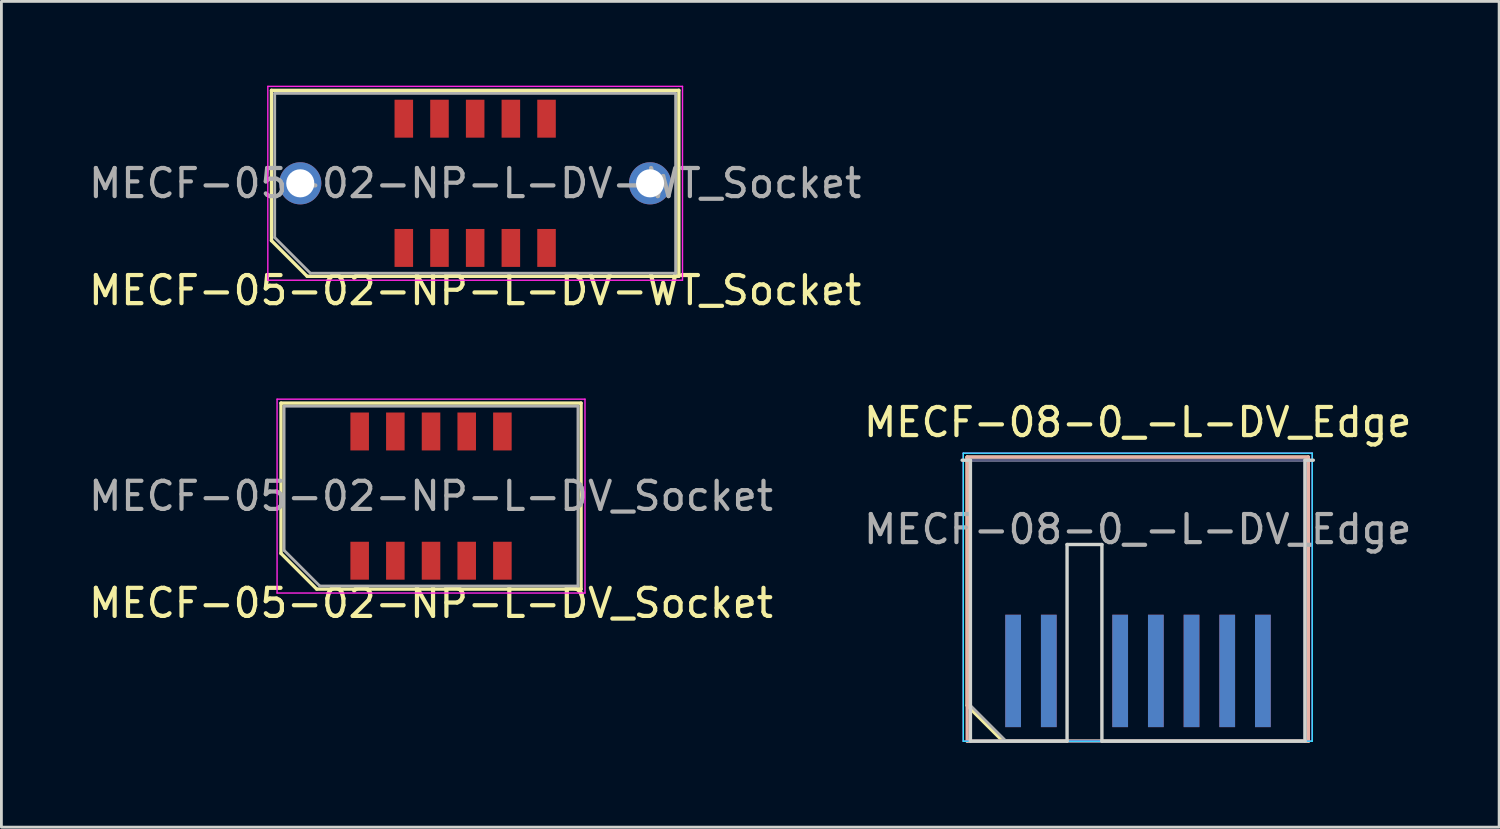
<source format=kicad_pcb>
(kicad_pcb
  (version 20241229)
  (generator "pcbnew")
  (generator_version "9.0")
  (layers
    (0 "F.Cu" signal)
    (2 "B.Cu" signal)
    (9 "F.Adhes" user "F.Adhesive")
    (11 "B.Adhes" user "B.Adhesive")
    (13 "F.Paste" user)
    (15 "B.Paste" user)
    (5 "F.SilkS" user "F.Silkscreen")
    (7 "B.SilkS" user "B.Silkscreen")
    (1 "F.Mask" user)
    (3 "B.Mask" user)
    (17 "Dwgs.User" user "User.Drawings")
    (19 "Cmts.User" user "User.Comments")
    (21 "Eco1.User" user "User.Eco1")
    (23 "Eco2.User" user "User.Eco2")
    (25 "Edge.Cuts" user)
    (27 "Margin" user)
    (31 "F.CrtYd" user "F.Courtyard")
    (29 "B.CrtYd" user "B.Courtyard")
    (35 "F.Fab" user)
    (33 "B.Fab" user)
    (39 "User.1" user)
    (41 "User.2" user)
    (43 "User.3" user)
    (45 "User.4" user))
  (footprint "MECF-05-02-NP-L-DV_Socket"
    (layer "F.Cu")
    (at 12.292 14.608)
    (property "Reference" "MECF-05-02-NP-L-DV_Socket" (at 0 3.81 0) (layer "F.SilkS") (effects (font (size 1 1) (thickness 0.15))))
    (attr smd)
    (fp_line (start -5.34 -3.31) (end 5.34 -3.31) (stroke (width 0.12) (type solid)) (layer "F.SilkS"))
    (fp_line (start -5.34 2.04) (end -5.34 -3.31) (stroke (width 0.12) (type solid)) (layer "F.SilkS"))
    (fp_line (start -4.07 3.31) (end -5.34 2.04) (stroke (width 0.12) (type solid)) (layer "F.SilkS"))
    (fp_line (start -4.07 3.31) (end 5.34 3.31) (stroke (width 0.12) (type solid)) (layer "F.SilkS"))
    (fp_line (start 5.34 3.31) (end 5.34 -3.31) (stroke (width 0.12) (type solid)) (layer "F.SilkS"))
    (fp_line (start -5.48 -3.45) (end -5.48 3.45) (stroke (width 0.05) (type solid)) (layer "F.CrtYd"))
    (fp_line (start -5.48 3.45) (end 5.48 3.45) (stroke (width 0.05) (type solid)) (layer "F.CrtYd"))
    (fp_line (start 5.48 -3.45) (end -5.48 -3.45) (stroke (width 0.05) (type solid)) (layer "F.CrtYd"))
    (fp_line (start 5.48 3.45) (end 5.48 -3.45) (stroke (width 0.05) (type solid)) (layer "F.CrtYd"))
    (fp_line (start -5.23 -3.2) (end 5.23 -3.2) (stroke (width 0.1) (type solid)) (layer "F.Fab"))
    (fp_line (start -5.23 1.93) (end -5.23 -3.2) (stroke (width 0.1) (type solid)) (layer "F.Fab"))
    (fp_line (start -5.23 1.93) (end -3.96 3.2) (stroke (width 0.1) (type solid)) (layer "F.Fab"))
    (fp_line (start -3.96 3.2) (end 5.23 3.2) (stroke (width 0.1) (type solid)) (layer "F.Fab"))
    (fp_line (start 5.23 3.2) (end 5.23 -3.2) (stroke (width 0.1) (type solid)) (layer "F.Fab"))
    (fp_text user "${REFERENCE}" (at 0 0 0) (layer "F.Fab") (effects (font (size 1 1) (thickness 0.15))))
    (pad "" np_thru_hole circle (at -4.32 0) (size 0.001 0.001) (drill 1.45) (layers "*.Cu" "*.Mask"))
    (pad "" np_thru_hole circle (at 4.32 1) (size 0.001 0.001) (drill 1.45) (layers "*.Cu" "*.Mask"))
    (pad "1" smd rect (at -2.54 2.3) (size 0.66 1.35) (layers "F.Cu" "F.Mask" "F.Paste"))
    (pad "2" smd rect (at -2.54 -2.3) (size 0.66 1.35) (layers "F.Cu" "F.Mask" "F.Paste"))
    (pad "3" smd rect (at -1.27 2.3) (size 0.66 1.35) (layers "F.Cu" "F.Mask" "F.Paste"))
    (pad "4" smd rect (at -1.27 -2.3) (size 0.66 1.35) (layers "F.Cu" "F.Mask" "F.Paste"))
    (pad "5" smd rect (at 0 2.3) (size 0.66 1.35) (layers "F.Cu" "F.Mask" "F.Paste"))
    (pad "6" smd rect (at 0 -2.3) (size 0.66 1.35) (layers "F.Cu" "F.Mask" "F.Paste"))
    (pad "7" smd rect (at 1.27 2.3) (size 0.66 1.35) (layers "F.Cu" "F.Mask" "F.Paste"))
    (pad "8" smd rect (at 1.27 -2.3) (size 0.66 1.35) (layers "F.Cu" "F.Mask" "F.Paste"))
    (pad "9" smd rect (at 2.54 2.3) (size 0.66 1.35) (layers "F.Cu" "F.Mask" "F.Paste"))
    (pad "10" smd rect (at 2.54 -2.3) (size 0.66 1.35) (layers "F.Cu" "F.Mask" "F.Paste")))
  (footprint "MECF-05-02-NP-L-DV-WT_Socket"
    (layer "F.Cu")
    (at 13.863 3.475)
    (property "Reference" "MECF-05-02-NP-L-DV-WT_Socket" (at 0 3.81 0) (layer "F.SilkS") (effects (font (size 1 1) (thickness 0.15))))
    (attr smd)
    (fp_line (start -7.25 -3.31) (end 7.25 -3.31) (stroke (width 0.12) (type solid)) (layer "F.SilkS"))
    (fp_line (start -7.25 2.04) (end -7.25 -3.31) (stroke (width 0.12) (type solid)) (layer "F.SilkS"))
    (fp_line (start -5.98 3.31) (end -7.25 2.04) (stroke (width 0.12) (type solid)) (layer "F.SilkS"))
    (fp_line (start -5.98 3.31) (end 7.25 3.31) (stroke (width 0.12) (type solid)) (layer "F.SilkS"))
    (fp_line (start 7.25 3.31) (end 7.25 -3.31) (stroke (width 0.12) (type solid)) (layer "F.SilkS"))
    (fp_line (start -7.38 -3.45) (end -7.38 3.45) (stroke (width 0.05) (type solid)) (layer "F.CrtYd"))
    (fp_line (start -7.38 3.45) (end 7.38 3.45) (stroke (width 0.05) (type solid)) (layer "F.CrtYd"))
    (fp_line (start 7.38 -3.45) (end -7.38 -3.45) (stroke (width 0.05) (type solid)) (layer "F.CrtYd"))
    (fp_line (start 7.38 3.45) (end 7.38 -3.45) (stroke (width 0.05) (type solid)) (layer "F.CrtYd"))
    (fp_line (start -7.135 -3.2) (end 7.135 -3.2) (stroke (width 0.1) (type solid)) (layer "F.Fab"))
    (fp_line (start -7.135 1.93) (end -7.135 -3.2) (stroke (width 0.1) (type solid)) (layer "F.Fab"))
    (fp_line (start -7.135 1.93) (end -5.865 3.2) (stroke (width 0.1) (type solid)) (layer "F.Fab"))
    (fp_line (start -5.865 3.2) (end 7.135 3.2) (stroke (width 0.1) (type solid)) (layer "F.Fab"))
    (fp_line (start 7.135 3.2) (end 7.135 -3.2) (stroke (width 0.1) (type solid)) (layer "F.Fab"))
    (fp_text user "${REFERENCE}" (at 0 0 0) (layer "F.Fab") (effects (font (size 1 1) (thickness 0.15))))
    (pad "" thru_hole circle (at -6.225 0) (size 1.5 1.5) (drill 1) (layers "*.Cu" "*.Mask"))
    (pad "" np_thru_hole circle (at -4.32 0) (size 0.001 0.001) (drill 1.45) (layers "*.Cu" "*.Mask"))
    (pad "" np_thru_hole circle (at 4.32 1) (size 0.001 0.001) (drill 1.45) (layers "*.Cu" "*.Mask"))
    (pad "" thru_hole circle (at 6.225 0) (size 1.5 1.5) (drill 1) (layers "*.Cu" "*.Mask"))
    (pad "1" smd rect (at -2.54 2.3) (size 0.66 1.35) (layers "F.Cu" "F.Mask" "F.Paste"))
    (pad "2" smd rect (at -2.54 -2.3) (size 0.66 1.35) (layers "F.Cu" "F.Mask" "F.Paste"))
    (pad "3" smd rect (at -1.27 2.3) (size 0.66 1.35) (layers "F.Cu" "F.Mask" "F.Paste"))
    (pad "4" smd rect (at -1.27 -2.3) (size 0.66 1.35) (layers "F.Cu" "F.Mask" "F.Paste"))
    (pad "5" smd rect (at 0 2.3) (size 0.66 1.35) (layers "F.Cu" "F.Mask" "F.Paste"))
    (pad "6" smd rect (at 0 -2.3) (size 0.66 1.35) (layers "F.Cu" "F.Mask" "F.Paste"))
    (pad "7" smd rect (at 1.27 2.3) (size 0.66 1.35) (layers "F.Cu" "F.Mask" "F.Paste"))
    (pad "8" smd rect (at 1.27 -2.3) (size 0.66 1.35) (layers "F.Cu" "F.Mask" "F.Paste"))
    (pad "9" smd rect (at 2.54 2.3) (size 0.66 1.35) (layers "F.Cu" "F.Mask" "F.Paste"))
    (pad "10" smd rect (at 2.54 -2.3) (size 0.66 1.35) (layers "F.Cu" "F.Mask" "F.Paste")))
  (footprint "MECF-08-0_-L-DV_Edge"
    (layer "F.Cu")
    (at 37.446 18.331)
    (property "Reference" "MECF-08-0_-L-DV_Edge" (at 0 -6.35 0) (layer "F.SilkS") (effects (font (size 1 1) (thickness 0.15))))
    (attr exclude_from_pos_files exclude_from_bom)
    (fp_line (start -6.07 -5.11) (end 6.07 -5.11) (stroke (width 0.12) (type solid)) (layer "F.SilkS"))
    (fp_line (start -6.07 3.73) (end -6.07 -5.11) (stroke (width 0.12) (type solid)) (layer "F.SilkS"))
    (fp_line (start -4.8 5) (end -6.07 3.73) (stroke (width 0.12) (type solid)) (layer "F.SilkS"))
    (fp_line (start -4.8 5) (end 6.07 5) (stroke (width 0.12) (type solid)) (layer "F.SilkS"))
    (fp_line (start 6.07 5) (end 6.07 -5.11) (stroke (width 0.12) (type solid)) (layer "F.SilkS"))
    (fp_line (start -6.07 -5.11) (end 6.07 -5.11) (stroke (width 0.12) (type solid)) (layer "B.SilkS"))
    (fp_line (start -6.07 5) (end -6.07 -5.11) (stroke (width 0.12) (type solid)) (layer "B.SilkS"))
    (fp_line (start -6.07 5) (end 6.07 5) (stroke (width 0.12) (type solid)) (layer "B.SilkS"))
    (fp_line (start 6.07 5) (end 6.07 -5.11) (stroke (width 0.12) (type solid)) (layer "B.SilkS"))
    (fp_line (start -6.25 -5) (end -5.955 -5) (stroke (width 0.12) (type solid)) (layer "Edge.Cuts"))
    (fp_line (start -5.955 5) (end -5.955 -5) (stroke (width 0.12) (type solid)) (layer "Edge.Cuts"))
    (fp_line (start -5.955 5) (end -2.515 5) (stroke (width 0.12) (type solid)) (layer "Edge.Cuts"))
    (fp_line (start -2.515 -2) (end -1.275 -2) (stroke (width 0.12) (type solid)) (layer "Edge.Cuts"))
    (fp_line (start -2.515 5) (end -2.515 -2) (stroke (width 0.12) (type solid)) (layer "Edge.Cuts"))
    (fp_line (start -1.275 5) (end -1.275 -2) (stroke (width 0.12) (type solid)) (layer "Edge.Cuts"))
    (fp_line (start -1.275 5) (end 5.955 5) (stroke (width 0.12) (type solid)) (layer "Edge.Cuts"))
    (fp_line (start 5.955 5) (end 5.955 -5) (stroke (width 0.12) (type solid)) (layer "Edge.Cuts"))
    (fp_line (start 6.25 -5) (end 5.955 -5) (stroke (width 0.12) (type solid)) (layer "Edge.Cuts"))
    (fp_line (start -6.21 -5.25) (end -6.21 5) (stroke (width 0.05) (type solid)) (layer "B.CrtYd"))
    (fp_line (start -6.21 5) (end 6.21 5) (stroke (width 0.05) (type solid)) (layer "B.CrtYd"))
    (fp_line (start 6.21 -5.25) (end -6.21 -5.25) (stroke (width 0.05) (type solid)) (layer "B.CrtYd"))
    (fp_line (start 6.21 5) (end 6.21 -5.25) (stroke (width 0.05) (type solid)) (layer "B.CrtYd"))
    (fp_line (start -6.21 -5.25) (end -6.21 5) (stroke (width 0.05) (type solid)) (layer "F.CrtYd"))
    (fp_line (start -6.21 5) (end 6.21 5) (stroke (width 0.05) (type solid)) (layer "F.CrtYd"))
    (fp_line (start 6.21 -5.25) (end -6.21 -5.25) (stroke (width 0.05) (type solid)) (layer "F.CrtYd"))
    (fp_line (start 6.21 5) (end 6.21 -5.25) (stroke (width 0.05) (type solid)) (layer "F.CrtYd"))
    (fp_line (start -5.955 -5) (end 5.955 -5) (stroke (width 0.1) (type solid)) (layer "B.Fab"))
    (fp_line (start -5.955 5) (end -5.955 -5) (stroke (width 0.1) (type solid)) (layer "B.Fab"))
    (fp_line (start -5.955 5) (end 5.955 5) (stroke (width 0.1) (type solid)) (layer "B.Fab"))
    (fp_line (start 5.955 5) (end 5.955 -5) (stroke (width 0.1) (type solid)) (layer "B.Fab"))
    (fp_line (start -5.955 -5) (end 5.955 -5) (stroke (width 0.1) (type solid)) (layer "F.Fab"))
    (fp_line (start -5.955 3.73) (end -5.955 -5) (stroke (width 0.1) (type solid)) (layer "F.Fab"))
    (fp_line (start -5.955 3.73) (end -4.685 5) (stroke (width 0.1) (type solid)) (layer "F.Fab"))
    (fp_line (start -4.685 5) (end 5.955 5) (stroke (width 0.1) (type solid)) (layer "F.Fab"))
    (fp_line (start 5.955 5) (end 5.955 -5) (stroke (width 0.1) (type solid)) (layer "F.Fab"))
    (fp_text user "${REFERENCE}" (at 0 -2.54 0) (layer "F.Fab") (effects (font (size 1 1) (thickness 0.15))))
    (pad "1" smd rect (at -4.435 2.5) (size 0.56 4) (layers "F.Cu" "F.Mask" "F.Paste"))
    (pad "2" smd rect (at -4.435 2.5) (size 0.56 4) (layers "B.Cu" "B.Mask" "B.Paste"))
    (pad "3" smd rect (at -3.165 2.5) (size 0.56 4) (layers "F.Cu" "F.Mask" "F.Paste"))
    (pad "4" smd rect (at -3.165 2.5) (size 0.56 4) (layers "B.Cu" "B.Mask" "B.Paste"))
    (pad "7" smd rect (at -0.625 2.5) (size 0.56 4) (layers "F.Cu" "F.Mask" "F.Paste"))
    (pad "8" smd rect (at -0.625 2.5) (size 0.56 4) (layers "B.Cu" "B.Mask" "B.Paste"))
    (pad "9" smd rect (at 0.645 2.5) (size 0.56 4) (layers "F.Cu" "F.Mask" "F.Paste"))
    (pad "10" smd rect (at 0.645 2.5) (size 0.56 4) (layers "B.Cu" "B.Mask" "B.Paste"))
    (pad "11" smd rect (at 1.915 2.5) (size 0.56 4) (layers "F.Cu" "F.Mask" "F.Paste"))
    (pad "12" smd rect (at 1.915 2.5) (size 0.56 4) (layers "B.Cu" "B.Mask" "B.Paste"))
    (pad "13" smd rect (at 3.185 2.5) (size 0.56 4) (layers "F.Cu" "F.Mask" "F.Paste"))
    (pad "14" smd rect (at 3.185 2.5) (size 0.56 4) (layers "B.Cu" "B.Mask" "B.Paste"))
    (pad "15" smd rect (at 4.455 2.5) (size 0.56 4) (layers "F.Cu" "F.Mask" "F.Paste"))
    (pad "16" smd rect (at 4.455 2.5) (size 0.56 4) (layers "B.Cu" "B.Mask" "B.Paste")))
  (gr_rect
    (start -3 -3)
    (end 50.31 26.392)
    (stroke (width 0.1) (type default))
    (fill no)
    (layer "Edge.Cuts")))
</source>
